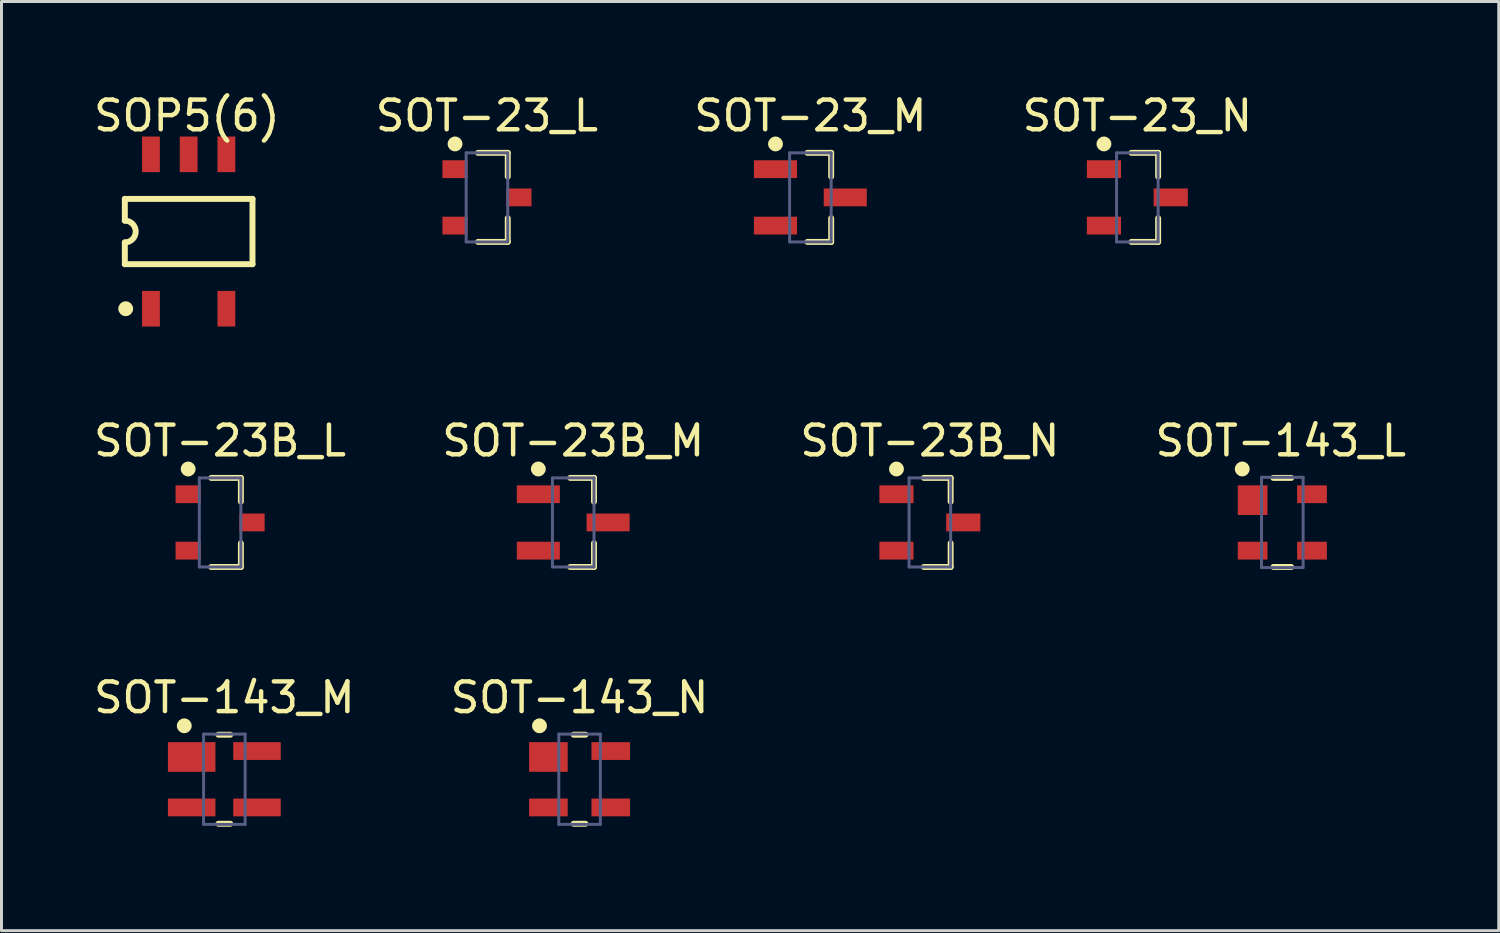
<source format=kicad_pcb>
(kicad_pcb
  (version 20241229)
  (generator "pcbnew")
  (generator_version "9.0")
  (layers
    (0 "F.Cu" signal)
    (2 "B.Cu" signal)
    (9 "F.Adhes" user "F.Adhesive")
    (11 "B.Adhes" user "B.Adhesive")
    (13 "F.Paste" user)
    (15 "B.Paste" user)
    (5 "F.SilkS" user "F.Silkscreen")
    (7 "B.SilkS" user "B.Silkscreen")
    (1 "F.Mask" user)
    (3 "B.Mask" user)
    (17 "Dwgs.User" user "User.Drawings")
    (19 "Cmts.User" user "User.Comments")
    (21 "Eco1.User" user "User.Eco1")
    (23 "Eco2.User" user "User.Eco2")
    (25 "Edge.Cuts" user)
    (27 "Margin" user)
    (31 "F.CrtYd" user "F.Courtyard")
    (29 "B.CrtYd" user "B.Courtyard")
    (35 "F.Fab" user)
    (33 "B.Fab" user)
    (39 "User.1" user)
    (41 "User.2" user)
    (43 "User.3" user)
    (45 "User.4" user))
  (footprint "SOT-143_L"
    (layer "F.Cu")
    (at 40.139 14.546)
    (property "Reference" "SOT-143_L" (at -0.05 -2.75 0) (layer "F.SilkS") (effects (font (size 1 1) (thickness 0.15))))
    (fp_line (start -0.3 -1.5) (end 0.3 -1.5) (stroke (width 0.2) (type solid)) (layer "F.SilkS"))
    (fp_line (start -0.3 1.5) (end 0.3 1.5) (stroke (width 0.2) (type solid)) (layer "F.SilkS"))
    (fp_circle (center -1.35 -1.8) (end -1.35 -1.925) (stroke (width 0.25) (type solid)) (fill no) (layer "F.SilkS"))
    (fp_line (start -1.6 -1.65) (end 1.6 -1.65) (stroke (width 0.1) (type solid)) (layer "Eco2.User"))
    (fp_line (start -1.6 1.65) (end -1.6 -1.65) (stroke (width 0.1) (type solid)) (layer "Eco2.User"))
    (fp_line (start -1.6 1.65) (end 1.6 1.65) (stroke (width 0.1) (type solid)) (layer "Eco2.User"))
    (fp_line (start -0.5 0) (end 0.5 0) (stroke (width 0.1) (type solid)) (layer "Eco2.User"))
    (fp_line (start 0 0.5) (end 0 -0.5) (stroke (width 0.1) (type solid)) (layer "Eco2.User"))
    (fp_line (start 1.6 1.65) (end 1.6 -1.65) (stroke (width 0.1) (type solid)) (layer "Eco2.User"))
    (fp_line (start -0.7 -1.52) (end 0.7 -1.52) (stroke (width 0.1) (type solid)) (layer "B.Fab"))
    (fp_line (start -0.7 1.52) (end -0.7 -1.52) (stroke (width 0.1) (type solid)) (layer "B.Fab"))
    (fp_line (start -0.7 1.52) (end 0.7 1.52) (stroke (width 0.1) (type solid)) (layer "B.Fab"))
    (fp_line (start 0.7 1.52) (end 0.7 -1.52) (stroke (width 0.1) (type solid)) (layer "B.Fab"))
    (pad "1" smd rect (at -1 -0.75 90) (size 1 1) (layers "F.Cu" "F.Mask" "F.Paste"))
    (pad "2" smd rect (at -1 0.95 90) (size 0.6 1) (layers "F.Cu" "F.Mask" "F.Paste"))
    (pad "3" smd rect (at 1 0.95 90) (size 0.6 1) (layers "F.Cu" "F.Mask" "F.Paste"))
    (pad "4" smd rect (at 1 -0.95 90) (size 0.6 1) (layers "F.Cu" "F.Mask" "F.Paste")))
  (footprint "SOT-23_N"
    (layer "F.Cu")
    (at 35.256 3.598)
    (property "Reference" "SOT-23_N" (at 0 -2.75 0) (layer "F.SilkS") (effects (font (size 1 1) (thickness 0.15))))
    (fp_line (start -0.2 -1.5) (end 0.7 -1.5) (stroke (width 0.2) (type solid)) (layer "F.SilkS"))
    (fp_line (start -0.2 1.5) (end 0.7 1.5) (stroke (width 0.2) (type solid)) (layer "F.SilkS"))
    (fp_line (start 0.7 -0.7) (end 0.7 -1.5) (stroke (width 0.2) (type solid)) (layer "F.SilkS"))
    (fp_line (start 0.7 1.5) (end 0.7 0.7) (stroke (width 0.2) (type solid)) (layer "F.SilkS"))
    (fp_circle (center -1.125 -1.8) (end -1.125 -1.925) (stroke (width 0.25) (type solid)) (fill no) (layer "F.SilkS"))
    (fp_line (start -1.95 -1.75) (end 1.95 -1.75) (stroke (width 0.1) (type solid)) (layer "Eco2.User"))
    (fp_line (start -1.95 1.75) (end -1.95 -1.75) (stroke (width 0.1) (type solid)) (layer "Eco2.User"))
    (fp_line (start -1.95 1.75) (end 1.95 1.75) (stroke (width 0.1) (type solid)) (layer "Eco2.User"))
    (fp_line (start -0.5 0) (end 0.5 0) (stroke (width 0.1) (type solid)) (layer "Eco2.User"))
    (fp_line (start 0 0.5) (end 0 -0.5) (stroke (width 0.1) (type solid)) (layer "Eco2.User"))
    (fp_line (start 1.95 1.75) (end 1.95 -1.75) (stroke (width 0.1) (type solid)) (layer "Eco2.User"))
    (fp_line (start -0.7 -1.5) (end 0.7 -1.5) (stroke (width 0.1) (type solid)) (layer "B.Fab"))
    (fp_line (start -0.7 1.5) (end -0.7 -1.5) (stroke (width 0.1) (type solid)) (layer "B.Fab"))
    (fp_line (start -0.7 1.5) (end 0.7 1.5) (stroke (width 0.1) (type solid)) (layer "B.Fab"))
    (fp_line (start 0.7 1.5) (end 0.7 -1.5) (stroke (width 0.1) (type solid)) (layer "B.Fab"))
    (pad "1" smd rect (at -1.125 -0.95 90) (size 0.6 1.15) (layers "F.Cu" "F.Mask" "F.Paste"))
    (pad "2" smd rect (at -1.125 0.95 90) (size 0.6 1.15) (layers "F.Cu" "F.Mask" "F.Paste"))
    (pad "3" smd rect (at 1.125 0 90) (size 0.6 1.15) (layers "F.Cu" "F.Mask" "F.Paste")))
  (footprint "SOT-23_M"
    (layer "F.Cu")
    (at 24.244 3.598)
    (property "Reference" "SOT-23_M" (at 0 -2.75 0) (layer "F.SilkS") (effects (font (size 1 1) (thickness 0.15))))
    (fp_line (start -0.1 -1.5) (end 0.7 -1.5) (stroke (width 0.2) (type solid)) (layer "F.SilkS"))
    (fp_line (start -0.1 1.5) (end 0.7 1.5) (stroke (width 0.2) (type solid)) (layer "F.SilkS"))
    (fp_line (start 0.7 -0.7) (end 0.7 -1.5) (stroke (width 0.2) (type solid)) (layer "F.SilkS"))
    (fp_line (start 0.7 1.5) (end 0.7 0.7) (stroke (width 0.2) (type solid)) (layer "F.SilkS"))
    (fp_circle (center -1.175 -1.8) (end -1.175 -1.925) (stroke (width 0.25) (type solid)) (fill no) (layer "F.SilkS"))
    (fp_line (start -2.4 -2) (end 2.4 -2) (stroke (width 0.1) (type solid)) (layer "Eco2.User"))
    (fp_line (start -2.4 2) (end -2.4 -2) (stroke (width 0.1) (type solid)) (layer "Eco2.User"))
    (fp_line (start -2.4 2) (end 2.4 2) (stroke (width 0.1) (type solid)) (layer "Eco2.User"))
    (fp_line (start -0.5 0) (end 0.5 0) (stroke (width 0.1) (type solid)) (layer "Eco2.User"))
    (fp_line (start 0 0.5) (end 0 -0.5) (stroke (width 0.1) (type solid)) (layer "Eco2.User"))
    (fp_line (start 2.4 2) (end 2.4 -2) (stroke (width 0.1) (type solid)) (layer "Eco2.User"))
    (fp_line (start -0.7 -1.5) (end 0.7 -1.5) (stroke (width 0.1) (type solid)) (layer "B.Fab"))
    (fp_line (start -0.7 1.5) (end -0.7 -1.5) (stroke (width 0.1) (type solid)) (layer "B.Fab"))
    (fp_line (start -0.7 1.5) (end 0.7 1.5) (stroke (width 0.1) (type solid)) (layer "B.Fab"))
    (fp_line (start 0.7 1.5) (end 0.7 -1.5) (stroke (width 0.1) (type solid)) (layer "B.Fab"))
    (pad "1" smd rect (at -1.175 -0.95 90) (size 0.6 1.45) (layers "F.Cu" "F.Mask" "F.Paste"))
    (pad "2" smd rect (at -1.175 0.95 90) (size 0.6 1.45) (layers "F.Cu" "F.Mask" "F.Paste"))
    (pad "3" smd rect (at 1.175 0 90) (size 0.6 1.45) (layers "F.Cu" "F.Mask" "F.Paste")))
  (footprint "SOT-23B_N"
    (layer "F.Cu")
    (at 28.268 14.546)
    (property "Reference" "SOT-23B_N" (at 0 -2.75 0) (layer "F.SilkS") (effects (font (size 1 1) (thickness 0.15))))
    (fp_line (start -0.2 -1.5) (end 0.7 -1.5) (stroke (width 0.2) (type solid)) (layer "F.SilkS"))
    (fp_line (start -0.2 1.5) (end 0.7 1.5) (stroke (width 0.2) (type solid)) (layer "F.SilkS"))
    (fp_line (start 0.7 -0.7) (end 0.7 -1.5) (stroke (width 0.2) (type solid)) (layer "F.SilkS"))
    (fp_line (start 0.7 1.5) (end 0.7 0.7) (stroke (width 0.2) (type solid)) (layer "F.SilkS"))
    (fp_circle (center -1.125 -1.8) (end -1.125 -1.925) (stroke (width 0.25) (type solid)) (fill no) (layer "F.SilkS"))
    (fp_line (start -1.95 -1.75) (end 1.95 -1.75) (stroke (width 0.1) (type solid)) (layer "Eco2.User"))
    (fp_line (start -1.95 1.75) (end -1.95 -1.75) (stroke (width 0.1) (type solid)) (layer "Eco2.User"))
    (fp_line (start -1.95 1.75) (end 1.95 1.75) (stroke (width 0.1) (type solid)) (layer "Eco2.User"))
    (fp_line (start -0.5 0) (end 0.5 0) (stroke (width 0.1) (type solid)) (layer "Eco2.User"))
    (fp_line (start 0 0.5) (end 0 -0.5) (stroke (width 0.1) (type solid)) (layer "Eco2.User"))
    (fp_line (start 1.95 1.75) (end 1.95 -1.75) (stroke (width 0.1) (type solid)) (layer "Eco2.User"))
    (fp_line (start -0.7 -1.5) (end 0.7 -1.5) (stroke (width 0.1) (type solid)) (layer "B.Fab"))
    (fp_line (start -0.7 1.5) (end -0.7 -1.5) (stroke (width 0.1) (type solid)) (layer "B.Fab"))
    (fp_line (start -0.7 1.5) (end 0.7 1.5) (stroke (width 0.1) (type solid)) (layer "B.Fab"))
    (fp_line (start 0.7 1.5) (end 0.7 -1.5) (stroke (width 0.1) (type solid)) (layer "B.Fab"))
    (pad "1" smd rect (at -1.125 -0.95 90) (size 0.6 1.15) (layers "F.Cu" "F.Mask" "F.Paste"))
    (pad "2" smd rect (at -1.125 0.95 90) (size 0.6 1.15) (layers "F.Cu" "F.Mask" "F.Paste"))
    (pad "3" smd rect (at 1.125 0 90) (size 0.6 1.15) (layers "F.Cu" "F.Mask" "F.Paste")))
  (footprint "SOT-143_N"
    (layer "F.Cu")
    (at 16.47 23.195)
    (property "Reference" "SOT-143_N" (at 0 -2.75 0) (layer "F.SilkS") (effects (font (size 1 1) (thickness 0.15))))
    (fp_line (start -0.2 -1.5) (end 0.2 -1.5) (stroke (width 0.2) (type solid)) (layer "F.SilkS"))
    (fp_line (start -0.2 1.5) (end 0.2 1.5) (stroke (width 0.2) (type solid)) (layer "F.SilkS"))
    (fp_circle (center -1.35 -1.8) (end -1.35 -1.925) (stroke (width 0.25) (type solid)) (fill no) (layer "F.SilkS"))
    (fp_line (start -1.95 -1.8) (end 1.95 -1.8) (stroke (width 0.1) (type solid)) (layer "Eco2.User"))
    (fp_line (start -1.95 1.8) (end -1.95 -1.8) (stroke (width 0.1) (type solid)) (layer "Eco2.User"))
    (fp_line (start -1.95 1.8) (end 1.95 1.8) (stroke (width 0.1) (type solid)) (layer "Eco2.User"))
    (fp_line (start -0.5 0) (end 0.5 0) (stroke (width 0.1) (type solid)) (layer "Eco2.User"))
    (fp_line (start 0 0.5) (end 0 -0.5) (stroke (width 0.1) (type solid)) (layer "Eco2.User"))
    (fp_line (start 1.95 1.8) (end 1.95 -1.8) (stroke (width 0.1) (type solid)) (layer "Eco2.User"))
    (fp_line (start -0.7 -1.52) (end 0.7 -1.52) (stroke (width 0.1) (type solid)) (layer "B.Fab"))
    (fp_line (start -0.7 1.52) (end -0.7 -1.52) (stroke (width 0.1) (type solid)) (layer "B.Fab"))
    (fp_line (start -0.7 1.52) (end 0.7 1.52) (stroke (width 0.1) (type solid)) (layer "B.Fab"))
    (fp_line (start 0.7 1.52) (end 0.7 -1.52) (stroke (width 0.1) (type solid)) (layer "B.Fab"))
    (pad "1" smd rect (at -1.05 -0.75 90) (size 1 1.3) (layers "F.Cu" "F.Mask" "F.Paste"))
    (pad "2" smd rect (at -1.05 0.95 90) (size 0.6 1.3) (layers "F.Cu" "F.Mask" "F.Paste"))
    (pad "3" smd rect (at 1.05 0.95 90) (size 0.6 1.3) (layers "F.Cu" "F.Mask" "F.Paste"))
    (pad "4" smd rect (at 1.05 -0.95 90) (size 0.6 1.3) (layers "F.Cu" "F.Mask" "F.Paste")))
  (footprint "SOP5(6)"
    (layer "F.Cu")
    (at 3.304 4.748)
    (property "Reference" "SOP5(6)" (at -0.06 -3.9 0) (layer "F.SilkS") (effects (font (size 1 1) (thickness 0.15))))
    (fp_line (start -2.15 -1.1) (end 2.15 -1.1) (stroke (width 0.2) (type solid)) (layer "F.SilkS"))
    (fp_line (start -2.15 -0.367) (end -2.15 -1.1) (stroke (width 0.2) (type solid)) (layer "F.SilkS"))
    (fp_line (start -2.15 1.1) (end -2.15 0.367) (stroke (width 0.2) (type solid)) (layer "F.SilkS"))
    (fp_line (start -2.15 1.1) (end 2.15 1.1) (stroke (width 0.2) (type solid)) (layer "F.SilkS"))
    (fp_line (start 2.15 1.1) (end 2.15 -1.1) (stroke (width 0.2) (type solid)) (layer "F.SilkS"))
    (fp_arc (start -2.15 -0.3667) (mid -1.7833 0) (end -2.15 0.3667) (stroke (width 0.2) (type solid)) (layer "F.SilkS"))
    (fp_circle (center -2.12 2.6) (end -2.12 2.475) (stroke (width 0.25) (type solid)) (fill no) (layer "F.SilkS"))
    (pad "1" smd rect (at -1.27 2.6 180) (size 0.6 1.2) (layers "F.Cu" "F.Mask" "F.Paste"))
    (pad "3" smd rect (at 1.27 2.6 180) (size 0.6 1.2) (layers "F.Cu" "F.Mask" "F.Paste"))
    (pad "4" smd rect (at 1.27 -2.6 180) (size 0.6 1.2) (layers "F.Cu" "F.Mask" "F.Paste"))
    (pad "5" smd rect (at 0 -2.6 180) (size 0.6 1.2) (layers "F.Cu" "F.Mask" "F.Paste"))
    (pad "6" smd rect (at -1.27 -2.6 180) (size 0.6 1.2) (layers "F.Cu" "F.Mask" "F.Paste")))
  (footprint "SOT-23B_L"
    (layer "F.Cu")
    (at 4.363 14.546)
    (property "Reference" "SOT-23B_L" (at 0 -2.75 0) (layer "F.SilkS") (effects (font (size 1 1) (thickness 0.15))))
    (fp_line (start -0.3 -1.5) (end 0.7 -1.5) (stroke (width 0.2) (type solid)) (layer "F.SilkS"))
    (fp_line (start -0.3 1.5) (end 0.7 1.5) (stroke (width 0.2) (type solid)) (layer "F.SilkS"))
    (fp_line (start 0.7 -0.7) (end 0.7 -1.5) (stroke (width 0.2) (type solid)) (layer "F.SilkS"))
    (fp_line (start 0.7 1.5) (end 0.7 0.7) (stroke (width 0.2) (type solid)) (layer "F.SilkS"))
    (fp_circle (center -1.075 -1.8) (end -1.075 -1.925) (stroke (width 0.25) (type solid)) (fill no) (layer "F.SilkS"))
    (fp_line (start -1.6 -1.6) (end 1.6 -1.6) (stroke (width 0.1) (type solid)) (layer "Eco2.User"))
    (fp_line (start -1.6 1.6) (end -1.6 -1.6) (stroke (width 0.1) (type solid)) (layer "Eco2.User"))
    (fp_line (start -1.6 1.6) (end 1.6 1.6) (stroke (width 0.1) (type solid)) (layer "Eco2.User"))
    (fp_line (start -0.5 0) (end 0.5 0) (stroke (width 0.1) (type solid)) (layer "Eco2.User"))
    (fp_line (start 0 0.5) (end 0 -0.5) (stroke (width 0.1) (type solid)) (layer "Eco2.User"))
    (fp_line (start 1.6 1.6) (end 1.6 -1.6) (stroke (width 0.1) (type solid)) (layer "Eco2.User"))
    (fp_line (start -0.7 -1.5) (end 0.7 -1.5) (stroke (width 0.1) (type solid)) (layer "B.Fab"))
    (fp_line (start -0.7 1.5) (end -0.7 -1.5) (stroke (width 0.1) (type solid)) (layer "B.Fab"))
    (fp_line (start -0.7 1.5) (end 0.7 1.5) (stroke (width 0.1) (type solid)) (layer "B.Fab"))
    (fp_line (start 0.7 1.5) (end 0.7 -1.5) (stroke (width 0.1) (type solid)) (layer "B.Fab"))
    (pad "1" smd rect (at -1.075 -0.95 90) (size 0.6 0.85) (layers "F.Cu" "F.Mask" "F.Paste"))
    (pad "2" smd rect (at -1.075 0.95 90) (size 0.6 0.85) (layers "F.Cu" "F.Mask" "F.Paste"))
    (pad "3" smd rect (at 1.075 0 90) (size 0.6 0.85) (layers "F.Cu" "F.Mask" "F.Paste")))
  (footprint "SOT-23_L"
    (layer "F.Cu")
    (at 13.351 3.598)
    (property "Reference" "SOT-23_L" (at 0 -2.75 0) (layer "F.SilkS") (effects (font (size 1 1) (thickness 0.15))))
    (fp_line (start -0.3 -1.5) (end 0.7 -1.5) (stroke (width 0.2) (type solid)) (layer "F.SilkS"))
    (fp_line (start -0.3 1.5) (end 0.7 1.5) (stroke (width 0.2) (type solid)) (layer "F.SilkS"))
    (fp_line (start 0.7 -0.7) (end 0.7 -1.5) (stroke (width 0.2) (type solid)) (layer "F.SilkS"))
    (fp_line (start 0.7 1.5) (end 0.7 0.7) (stroke (width 0.2) (type solid)) (layer "F.SilkS"))
    (fp_circle (center -1.075 -1.8) (end -1.075 -1.925) (stroke (width 0.25) (type solid)) (fill no) (layer "F.SilkS"))
    (fp_line (start -1.6 -1.6) (end 1.6 -1.6) (stroke (width 0.1) (type solid)) (layer "Eco2.User"))
    (fp_line (start -1.6 1.6) (end -1.6 -1.6) (stroke (width 0.1) (type solid)) (layer "Eco2.User"))
    (fp_line (start -1.6 1.6) (end 1.6 1.6) (stroke (width 0.1) (type solid)) (layer "Eco2.User"))
    (fp_line (start -0.5 0) (end 0.5 0) (stroke (width 0.1) (type solid)) (layer "Eco2.User"))
    (fp_line (start 0 0.5) (end 0 -0.5) (stroke (width 0.1) (type solid)) (layer "Eco2.User"))
    (fp_line (start 1.6 1.6) (end 1.6 -1.6) (stroke (width 0.1) (type solid)) (layer "Eco2.User"))
    (fp_line (start -0.7 -1.5) (end 0.7 -1.5) (stroke (width 0.1) (type solid)) (layer "B.Fab"))
    (fp_line (start -0.7 1.5) (end -0.7 -1.5) (stroke (width 0.1) (type solid)) (layer "B.Fab"))
    (fp_line (start -0.7 1.5) (end 0.7 1.5) (stroke (width 0.1) (type solid)) (layer "B.Fab"))
    (fp_line (start 0.7 1.5) (end 0.7 -1.5) (stroke (width 0.1) (type solid)) (layer "B.Fab"))
    (pad "1" smd rect (at -1.075 -0.95 90) (size 0.6 0.85) (layers "F.Cu" "F.Mask" "F.Paste"))
    (pad "2" smd rect (at -1.075 0.95 90) (size 0.6 0.85) (layers "F.Cu" "F.Mask" "F.Paste"))
    (pad "3" smd rect (at 1.075 0 90) (size 0.6 0.85) (layers "F.Cu" "F.Mask" "F.Paste")))
  (footprint "SOT-143_M"
    (layer "F.Cu")
    (at 4.506 23.195)
    (property "Reference" "SOT-143_M" (at 0 -2.75 0) (layer "F.SilkS") (effects (font (size 1 1) (thickness 0.15))))
    (fp_line (start -0.2 -1.5) (end 0.2 -1.5) (stroke (width 0.2) (type solid)) (layer "F.SilkS"))
    (fp_line (start -0.2 1.5) (end 0.2 1.5) (stroke (width 0.2) (type solid)) (layer "F.SilkS"))
    (fp_circle (center -1.35 -1.8) (end -1.35 -1.925) (stroke (width 0.25) (type solid)) (fill no) (layer "F.SilkS"))
    (fp_line (start -2.4 -2.05) (end 2.4 -2.05) (stroke (width 0.1) (type solid)) (layer "Eco2.User"))
    (fp_line (start -2.4 2.05) (end -2.4 -2.05) (stroke (width 0.1) (type solid)) (layer "Eco2.User"))
    (fp_line (start -2.4 2.05) (end 2.4 2.05) (stroke (width 0.1) (type solid)) (layer "Eco2.User"))
    (fp_line (start -0.5 0) (end 0.5 0) (stroke (width 0.1) (type solid)) (layer "Eco2.User"))
    (fp_line (start 0 0.5) (end 0 -0.5) (stroke (width 0.1) (type solid)) (layer "Eco2.User"))
    (fp_line (start 2.4 2.05) (end 2.4 -2.05) (stroke (width 0.1) (type solid)) (layer "Eco2.User"))
    (fp_line (start -0.7 -1.52) (end 0.7 -1.52) (stroke (width 0.1) (type solid)) (layer "B.Fab"))
    (fp_line (start -0.7 1.52) (end -0.7 -1.52) (stroke (width 0.1) (type solid)) (layer "B.Fab"))
    (fp_line (start -0.7 1.52) (end 0.7 1.52) (stroke (width 0.1) (type solid)) (layer "B.Fab"))
    (fp_line (start 0.7 1.52) (end 0.7 -1.52) (stroke (width 0.1) (type solid)) (layer "B.Fab"))
    (pad "1" smd rect (at -1.1 -0.75 90) (size 1 1.6) (layers "F.Cu" "F.Mask" "F.Paste"))
    (pad "2" smd rect (at -1.1 0.95 90) (size 0.6 1.6) (layers "F.Cu" "F.Mask" "F.Paste"))
    (pad "3" smd rect (at 1.1 0.95 90) (size 0.6 1.6) (layers "F.Cu" "F.Mask" "F.Paste"))
    (pad "4" smd rect (at 1.1 -0.95 90) (size 0.6 1.6) (layers "F.Cu" "F.Mask" "F.Paste")))
  (footprint "SOT-23B_M"
    (layer "F.Cu")
    (at 16.256 14.546)
    (property "Reference" "SOT-23B_M" (at 0 -2.75 0) (layer "F.SilkS") (effects (font (size 1 1) (thickness 0.15))))
    (fp_line (start -0.1 -1.5) (end 0.7 -1.5) (stroke (width 0.2) (type solid)) (layer "F.SilkS"))
    (fp_line (start -0.1 1.5) (end 0.7 1.5) (stroke (width 0.2) (type solid)) (layer "F.SilkS"))
    (fp_line (start 0.7 -0.7) (end 0.7 -1.5) (stroke (width 0.2) (type solid)) (layer "F.SilkS"))
    (fp_line (start 0.7 1.5) (end 0.7 0.7) (stroke (width 0.2) (type solid)) (layer "F.SilkS"))
    (fp_circle (center -1.175 -1.8) (end -1.175 -1.925) (stroke (width 0.25) (type solid)) (fill no) (layer "F.SilkS"))
    (fp_line (start -2.4 -2) (end 2.4 -2) (stroke (width 0.1) (type solid)) (layer "Eco2.User"))
    (fp_line (start -2.4 2) (end -2.4 -2) (stroke (width 0.1) (type solid)) (layer "Eco2.User"))
    (fp_line (start -2.4 2) (end 2.4 2) (stroke (width 0.1) (type solid)) (layer "Eco2.User"))
    (fp_line (start -0.5 0) (end 0.5 0) (stroke (width 0.1) (type solid)) (layer "Eco2.User"))
    (fp_line (start 0 0.5) (end 0 -0.5) (stroke (width 0.1) (type solid)) (layer "Eco2.User"))
    (fp_line (start 2.4 2) (end 2.4 -2) (stroke (width 0.1) (type solid)) (layer "Eco2.User"))
    (fp_line (start -0.7 -1.5) (end 0.7 -1.5) (stroke (width 0.1) (type solid)) (layer "B.Fab"))
    (fp_line (start -0.7 1.5) (end -0.7 -1.5) (stroke (width 0.1) (type solid)) (layer "B.Fab"))
    (fp_line (start -0.7 1.5) (end 0.7 1.5) (stroke (width 0.1) (type solid)) (layer "B.Fab"))
    (fp_line (start 0.7 1.5) (end 0.7 -1.5) (stroke (width 0.1) (type solid)) (layer "B.Fab"))
    (pad "1" smd rect (at -1.175 -0.95 90) (size 0.6 1.45) (layers "F.Cu" "F.Mask" "F.Paste"))
    (pad "2" smd rect (at -1.175 0.95 90) (size 0.6 1.45) (layers "F.Cu" "F.Mask" "F.Paste"))
    (pad "3" smd rect (at 1.175 0 90) (size 0.6 1.45) (layers "F.Cu" "F.Mask" "F.Paste")))
  (gr_rect
    (start -3 -3)
    (end 47.429 28.295)
    (stroke (width 0.1) (type default))
    (fill no)
    (layer "Edge.Cuts")))
</source>
